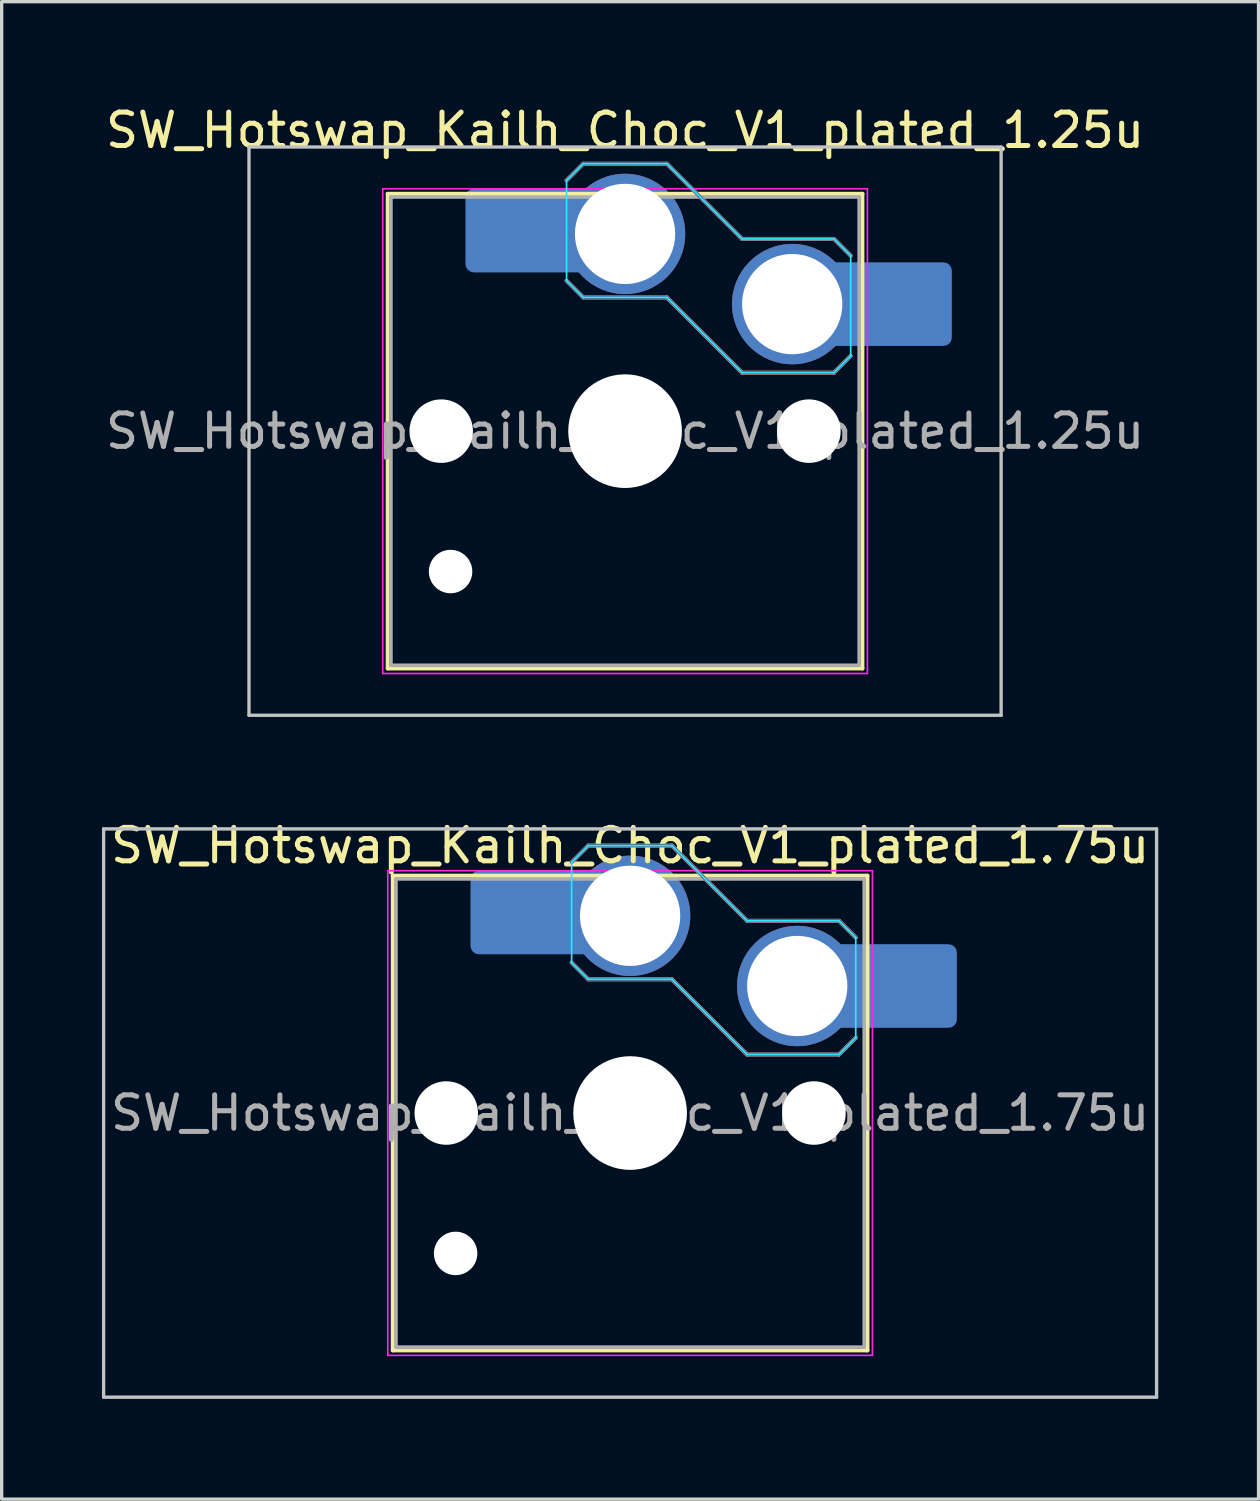
<source format=kicad_pcb>
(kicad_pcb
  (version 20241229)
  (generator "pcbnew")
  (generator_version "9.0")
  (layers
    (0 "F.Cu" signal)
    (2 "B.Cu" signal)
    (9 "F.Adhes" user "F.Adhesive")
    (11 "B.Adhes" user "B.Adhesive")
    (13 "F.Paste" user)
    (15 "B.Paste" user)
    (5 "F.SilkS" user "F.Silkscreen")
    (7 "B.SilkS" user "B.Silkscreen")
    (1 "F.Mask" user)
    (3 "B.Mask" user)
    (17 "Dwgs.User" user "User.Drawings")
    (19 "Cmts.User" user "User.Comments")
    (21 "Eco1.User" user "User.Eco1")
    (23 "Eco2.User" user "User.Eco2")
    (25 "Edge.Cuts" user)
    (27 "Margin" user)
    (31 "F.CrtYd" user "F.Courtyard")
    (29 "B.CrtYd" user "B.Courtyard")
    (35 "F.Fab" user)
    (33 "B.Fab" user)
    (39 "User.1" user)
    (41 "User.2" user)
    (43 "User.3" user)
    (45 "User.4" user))
  (footprint "SW_Hotswap_Kailh_Choc_V1_plated_1.25u"
    (layer "F.Cu")
    (at 15.649 9.848)
    (property "Reference" "SW_Hotswap_Kailh_Choc_V1_plated_1.25u" (at 0 -9 0) (layer "F.SilkS") (effects (font (size 1 1) (thickness 0.15))))
    (attr smd)
    (fp_line (start -7.1 -7.1) (end -7.1 7.1) (stroke (width 0.12) (type solid)) (layer "F.SilkS"))
    (fp_line (start -7.1 7.1) (end 7.1 7.1) (stroke (width 0.12) (type solid)) (layer "F.SilkS"))
    (fp_line (start 7.1 -7.1) (end -7.1 -7.1) (stroke (width 0.12) (type solid)) (layer "F.SilkS"))
    (fp_line (start 7.1 7.1) (end 7.1 -7.1) (stroke (width 0.12) (type solid)) (layer "F.SilkS"))
    (fp_line (start -1.75 -7.5) (end -1.25 -8) (stroke (width 0.12) (type solid)) (layer "B.SilkS"))
    (fp_line (start -1.25 -8) (end 1.25 -8) (stroke (width 0.12) (type solid)) (layer "B.SilkS"))
    (fp_line (start -1.25 -4) (end -1.75 -4.5) (stroke (width 0.12) (type solid)) (layer "B.SilkS"))
    (fp_line (start 1.25 -8) (end 3.5 -5.75) (stroke (width 0.12) (type solid)) (layer "B.SilkS"))
    (fp_line (start 1.25 -4) (end -1.25 -4) (stroke (width 0.12) (type solid)) (layer "B.SilkS"))
    (fp_line (start 3.5 -5.75) (end 6.25 -5.75) (stroke (width 0.12) (type solid)) (layer "B.SilkS"))
    (fp_line (start 3.5 -1.75) (end 1.25 -4) (stroke (width 0.12) (type solid)) (layer "B.SilkS"))
    (fp_line (start 6.25 -5.75) (end 6.75 -5.25) (stroke (width 0.12) (type solid)) (layer "B.SilkS"))
    (fp_line (start 6.25 -1.75) (end 3.5 -1.75) (stroke (width 0.12) (type solid)) (layer "B.SilkS"))
    (fp_line (start 6.75 -2.25) (end 6.25 -1.75) (stroke (width 0.12) (type solid)) (layer "B.SilkS"))
    (fp_line (start -11.25 -8.5) (end -11.25 8.5) (stroke (width 0.1) (type solid)) (layer "Dwgs.User"))
    (fp_line (start -11.25 8.5) (end 11.25 8.5) (stroke (width 0.1) (type solid)) (layer "Dwgs.User"))
    (fp_line (start 11.25 -8.5) (end -11.25 -8.5) (stroke (width 0.1) (type solid)) (layer "Dwgs.User"))
    (fp_line (start 11.25 8.5) (end 11.25 -8.5) (stroke (width 0.1) (type solid)) (layer "Dwgs.User"))
    (fp_line (start -1.75 -7.5) (end -1.25 -8) (stroke (width 0.05) (type solid)) (layer "B.CrtYd"))
    (fp_line (start -1.75 -4.5) (end -1.75 -7.5) (stroke (width 0.05) (type solid)) (layer "B.CrtYd"))
    (fp_line (start -1.25 -8) (end 1.25 -8) (stroke (width 0.05) (type solid)) (layer "B.CrtYd"))
    (fp_line (start -1.25 -4) (end -1.75 -4.5) (stroke (width 0.05) (type solid)) (layer "B.CrtYd"))
    (fp_line (start 1.25 -8) (end 3.5 -5.75) (stroke (width 0.05) (type solid)) (layer "B.CrtYd"))
    (fp_line (start 1.25 -4) (end -1.25 -4) (stroke (width 0.05) (type solid)) (layer "B.CrtYd"))
    (fp_line (start 3.5 -5.75) (end 6.25 -5.75) (stroke (width 0.05) (type solid)) (layer "B.CrtYd"))
    (fp_line (start 3.5 -1.75) (end 1.25 -4) (stroke (width 0.05) (type solid)) (layer "B.CrtYd"))
    (fp_line (start 6.25 -5.75) (end 6.75 -5.25) (stroke (width 0.05) (type solid)) (layer "B.CrtYd"))
    (fp_line (start 6.25 -1.75) (end 3.5 -1.75) (stroke (width 0.05) (type solid)) (layer "B.CrtYd"))
    (fp_line (start 6.75 -5.25) (end 6.75 -2.25) (stroke (width 0.05) (type solid)) (layer "B.CrtYd"))
    (fp_line (start 6.75 -2.25) (end 6.25 -1.75) (stroke (width 0.05) (type solid)) (layer "B.CrtYd"))
    (fp_line (start -7.25 -7.25) (end -7.25 7.25) (stroke (width 0.05) (type solid)) (layer "F.CrtYd"))
    (fp_line (start -7.25 7.25) (end 7.25 7.25) (stroke (width 0.05) (type solid)) (layer "F.CrtYd"))
    (fp_line (start 7.25 -7.25) (end -7.25 -7.25) (stroke (width 0.05) (type solid)) (layer "F.CrtYd"))
    (fp_line (start 7.25 7.25) (end 7.25 -7.25) (stroke (width 0.05) (type solid)) (layer "F.CrtYd"))
    (fp_line (start -1.75 -7.5) (end -1.25 -8) (stroke (width 0.1) (type solid)) (layer "B.Fab"))
    (fp_line (start -1.25 -8) (end 1.25 -8) (stroke (width 0.1) (type solid)) (layer "B.Fab"))
    (fp_line (start -1.25 -4) (end -1.75 -4.5) (stroke (width 0.1) (type solid)) (layer "B.Fab"))
    (fp_line (start 1.25 -8) (end 3.5 -5.75) (stroke (width 0.1) (type solid)) (layer "B.Fab"))
    (fp_line (start 1.25 -4) (end -1.25 -4) (stroke (width 0.1) (type solid)) (layer "B.Fab"))
    (fp_line (start 3.5 -5.75) (end 6.25 -5.75) (stroke (width 0.1) (type solid)) (layer "B.Fab"))
    (fp_line (start 3.5 -1.75) (end 1.25 -4) (stroke (width 0.1) (type solid)) (layer "B.Fab"))
    (fp_line (start 6.25 -5.75) (end 6.75 -5.25) (stroke (width 0.1) (type solid)) (layer "B.Fab"))
    (fp_line (start 6.25 -1.75) (end 3.5 -1.75) (stroke (width 0.1) (type solid)) (layer "B.Fab"))
    (fp_line (start 6.75 -2.25) (end 6.25 -1.75) (stroke (width 0.1) (type solid)) (layer "B.Fab"))
    (fp_line (start -7 -7) (end -7 7) (stroke (width 0.1) (type solid)) (layer "F.Fab"))
    (fp_line (start -7 7) (end 7 7) (stroke (width 0.1) (type solid)) (layer "F.Fab"))
    (fp_line (start 7 -7) (end -7 -7) (stroke (width 0.1) (type solid)) (layer "F.Fab"))
    (fp_line (start 7 7) (end 7 -7) (stroke (width 0.1) (type solid)) (layer "F.Fab"))
    (fp_text user "${REFERENCE}" (at 0 0 0) (layer "F.Fab") (effects (font (size 1 1) (thickness 0.15))))
    (pad "" np_thru_hole circle (at -5.5 0) (size 1.9 1.9) (drill 1.9) (layers "*.Cu" "*.Mask"))
    (pad "" np_thru_hole circle (at -5.22 4.2) (size 1.3 1.3) (drill 1.3) (layers "*.Cu" "*.Mask"))
    (pad "" smd roundrect (at -3.5 -6) (size 2.55 2.5) (layers "B.Mask" "B.Paste") (roundrect_rratio 0.1))
    (pad "" np_thru_hole circle (at 0 0) (size 3.4 3.4) (drill 3.4) (layers "*.Cu" "*.Mask"))
    (pad "" np_thru_hole circle (at 5.5 0) (size 1.9 1.9) (drill 1.9) (layers "*.Cu" "*.Mask"))
    (pad "" smd roundrect (at 8.5 -3.8) (size 2.55 2.5) (layers "B.Mask" "B.Paste") (roundrect_rratio 0.1))
    (pad "1" smd roundrect (at -2.85 -6) (size 3.85 2.5) (layers "B.Cu") (roundrect_rratio 0.1))
    (pad "1" thru_hole circle (at 0 -5.9) (size 3.6 3.6) (drill 3) (layers "*.Cu" "B.Mask"))
    (pad "2" thru_hole circle (at 5 -3.8) (size 3.6 3.6) (drill 3) (layers "*.Cu" "B.Mask"))
    (pad "2" smd roundrect (at 7.85 -3.8) (size 3.85 2.5) (layers "B.Cu") (roundrect_rratio 0.1)))
  (footprint "SW_Hotswap_Kailh_Choc_V1_plated_1.75u"
    (layer "F.Cu")
    (at 15.8 30.247)
    (property "Reference" "SW_Hotswap_Kailh_Choc_V1_plated_1.75u" (at 0 -8 0) (layer "F.SilkS") (effects (font (size 1 1) (thickness 0.15))))
    (attr smd)
    (fp_line (start -7.1 -7.1) (end -7.1 7.1) (stroke (width 0.12) (type solid)) (layer "F.SilkS"))
    (fp_line (start -7.1 7.1) (end 7.1 7.1) (stroke (width 0.12) (type solid)) (layer "F.SilkS"))
    (fp_line (start 7.1 -7.1) (end -7.1 -7.1) (stroke (width 0.12) (type solid)) (layer "F.SilkS"))
    (fp_line (start 7.1 7.1) (end 7.1 -7.1) (stroke (width 0.12) (type solid)) (layer "F.SilkS"))
    (fp_line (start -1.75 -7.5) (end -1.25 -8) (stroke (width 0.12) (type solid)) (layer "B.SilkS"))
    (fp_line (start -1.25 -8) (end 1.25 -8) (stroke (width 0.12) (type solid)) (layer "B.SilkS"))
    (fp_line (start -1.25 -4) (end -1.75 -4.5) (stroke (width 0.12) (type solid)) (layer "B.SilkS"))
    (fp_line (start 1.25 -8) (end 3.5 -5.75) (stroke (width 0.12) (type solid)) (layer "B.SilkS"))
    (fp_line (start 1.25 -4) (end -1.25 -4) (stroke (width 0.12) (type solid)) (layer "B.SilkS"))
    (fp_line (start 3.5 -5.75) (end 6.25 -5.75) (stroke (width 0.12) (type solid)) (layer "B.SilkS"))
    (fp_line (start 3.5 -1.75) (end 1.25 -4) (stroke (width 0.12) (type solid)) (layer "B.SilkS"))
    (fp_line (start 6.25 -5.75) (end 6.75 -5.25) (stroke (width 0.12) (type solid)) (layer "B.SilkS"))
    (fp_line (start 6.25 -1.75) (end 3.5 -1.75) (stroke (width 0.12) (type solid)) (layer "B.SilkS"))
    (fp_line (start 6.75 -2.25) (end 6.25 -1.75) (stroke (width 0.12) (type solid)) (layer "B.SilkS"))
    (fp_line (start -15.75 -8.5) (end -15.75 8.5) (stroke (width 0.1) (type solid)) (layer "Dwgs.User"))
    (fp_line (start -15.75 8.5) (end 15.75 8.5) (stroke (width 0.1) (type solid)) (layer "Dwgs.User"))
    (fp_line (start 15.75 -8.5) (end -15.75 -8.5) (stroke (width 0.1) (type solid)) (layer "Dwgs.User"))
    (fp_line (start 15.75 8.5) (end 15.75 -8.5) (stroke (width 0.1) (type solid)) (layer "Dwgs.User"))
    (fp_line (start -1.75 -7.5) (end -1.25 -8) (stroke (width 0.05) (type solid)) (layer "B.CrtYd"))
    (fp_line (start -1.75 -4.5) (end -1.75 -7.5) (stroke (width 0.05) (type solid)) (layer "B.CrtYd"))
    (fp_line (start -1.25 -8) (end 1.25 -8) (stroke (width 0.05) (type solid)) (layer "B.CrtYd"))
    (fp_line (start -1.25 -4) (end -1.75 -4.5) (stroke (width 0.05) (type solid)) (layer "B.CrtYd"))
    (fp_line (start 1.25 -8) (end 3.5 -5.75) (stroke (width 0.05) (type solid)) (layer "B.CrtYd"))
    (fp_line (start 1.25 -4) (end -1.25 -4) (stroke (width 0.05) (type solid)) (layer "B.CrtYd"))
    (fp_line (start 3.5 -5.75) (end 6.25 -5.75) (stroke (width 0.05) (type solid)) (layer "B.CrtYd"))
    (fp_line (start 3.5 -1.75) (end 1.25 -4) (stroke (width 0.05) (type solid)) (layer "B.CrtYd"))
    (fp_line (start 6.25 -5.75) (end 6.75 -5.25) (stroke (width 0.05) (type solid)) (layer "B.CrtYd"))
    (fp_line (start 6.25 -1.75) (end 3.5 -1.75) (stroke (width 0.05) (type solid)) (layer "B.CrtYd"))
    (fp_line (start 6.75 -5.25) (end 6.75 -2.25) (stroke (width 0.05) (type solid)) (layer "B.CrtYd"))
    (fp_line (start 6.75 -2.25) (end 6.25 -1.75) (stroke (width 0.05) (type solid)) (layer "B.CrtYd"))
    (fp_line (start -7.25 -7.25) (end -7.25 7.25) (stroke (width 0.05) (type solid)) (layer "F.CrtYd"))
    (fp_line (start -7.25 7.25) (end 7.25 7.25) (stroke (width 0.05) (type solid)) (layer "F.CrtYd"))
    (fp_line (start 7.25 -7.25) (end -7.25 -7.25) (stroke (width 0.05) (type solid)) (layer "F.CrtYd"))
    (fp_line (start 7.25 7.25) (end 7.25 -7.25) (stroke (width 0.05) (type solid)) (layer "F.CrtYd"))
    (fp_line (start -1.75 -7.5) (end -1.25 -8) (stroke (width 0.1) (type solid)) (layer "B.Fab"))
    (fp_line (start -1.25 -8) (end 1.25 -8) (stroke (width 0.1) (type solid)) (layer "B.Fab"))
    (fp_line (start -1.25 -4) (end -1.75 -4.5) (stroke (width 0.1) (type solid)) (layer "B.Fab"))
    (fp_line (start 1.25 -8) (end 3.5 -5.75) (stroke (width 0.1) (type solid)) (layer "B.Fab"))
    (fp_line (start 1.25 -4) (end -1.25 -4) (stroke (width 0.1) (type solid)) (layer "B.Fab"))
    (fp_line (start 3.5 -5.75) (end 6.25 -5.75) (stroke (width 0.1) (type solid)) (layer "B.Fab"))
    (fp_line (start 3.5 -1.75) (end 1.25 -4) (stroke (width 0.1) (type solid)) (layer "B.Fab"))
    (fp_line (start 6.25 -5.75) (end 6.75 -5.25) (stroke (width 0.1) (type solid)) (layer "B.Fab"))
    (fp_line (start 6.25 -1.75) (end 3.5 -1.75) (stroke (width 0.1) (type solid)) (layer "B.Fab"))
    (fp_line (start 6.75 -2.25) (end 6.25 -1.75) (stroke (width 0.1) (type solid)) (layer "B.Fab"))
    (fp_line (start -7 -7) (end -7 7) (stroke (width 0.1) (type solid)) (layer "F.Fab"))
    (fp_line (start -7 7) (end 7 7) (stroke (width 0.1) (type solid)) (layer "F.Fab"))
    (fp_line (start 7 -7) (end -7 -7) (stroke (width 0.1) (type solid)) (layer "F.Fab"))
    (fp_line (start 7 7) (end 7 -7) (stroke (width 0.1) (type solid)) (layer "F.Fab"))
    (fp_text user "${REFERENCE}" (at 0 0 0) (layer "F.Fab") (effects (font (size 1 1) (thickness 0.15))))
    (pad "" np_thru_hole circle (at -5.5 0) (size 1.9 1.9) (drill 1.9) (layers "*.Cu" "*.Mask"))
    (pad "" np_thru_hole circle (at -5.22 4.2) (size 1.3 1.3) (drill 1.3) (layers "*.Cu" "*.Mask"))
    (pad "" smd roundrect (at -3.5 -6) (size 2.55 2.5) (layers "B.Mask" "B.Paste") (roundrect_rratio 0.1))
    (pad "" np_thru_hole circle (at 0 0) (size 3.4 3.4) (drill 3.4) (layers "*.Cu" "*.Mask"))
    (pad "" np_thru_hole circle (at 5.5 0) (size 1.9 1.9) (drill 1.9) (layers "*.Cu" "*.Mask"))
    (pad "" smd roundrect (at 8.5 -3.8) (size 2.55 2.5) (layers "B.Mask" "B.Paste") (roundrect_rratio 0.1))
    (pad "1" smd roundrect (at -2.85 -6) (size 3.85 2.5) (layers "B.Cu") (roundrect_rratio 0.1))
    (pad "1" thru_hole circle (at 0 -5.9) (size 3.6 3.6) (drill 3) (layers "*.Cu" "B.Mask"))
    (pad "2" thru_hole circle (at 5 -3.8) (size 3.6 3.6) (drill 3) (layers "*.Cu" "B.Mask"))
    (pad "2" smd roundrect (at 7.85 -3.8) (size 3.85 2.5) (layers "B.Cu") (roundrect_rratio 0.1)))
  (gr_rect
    (start -3 -3)
    (end 34.6 41.797)
    (stroke (width 0.1) (type default))
    (fill no)
    (layer "Edge.Cuts")))
</source>
